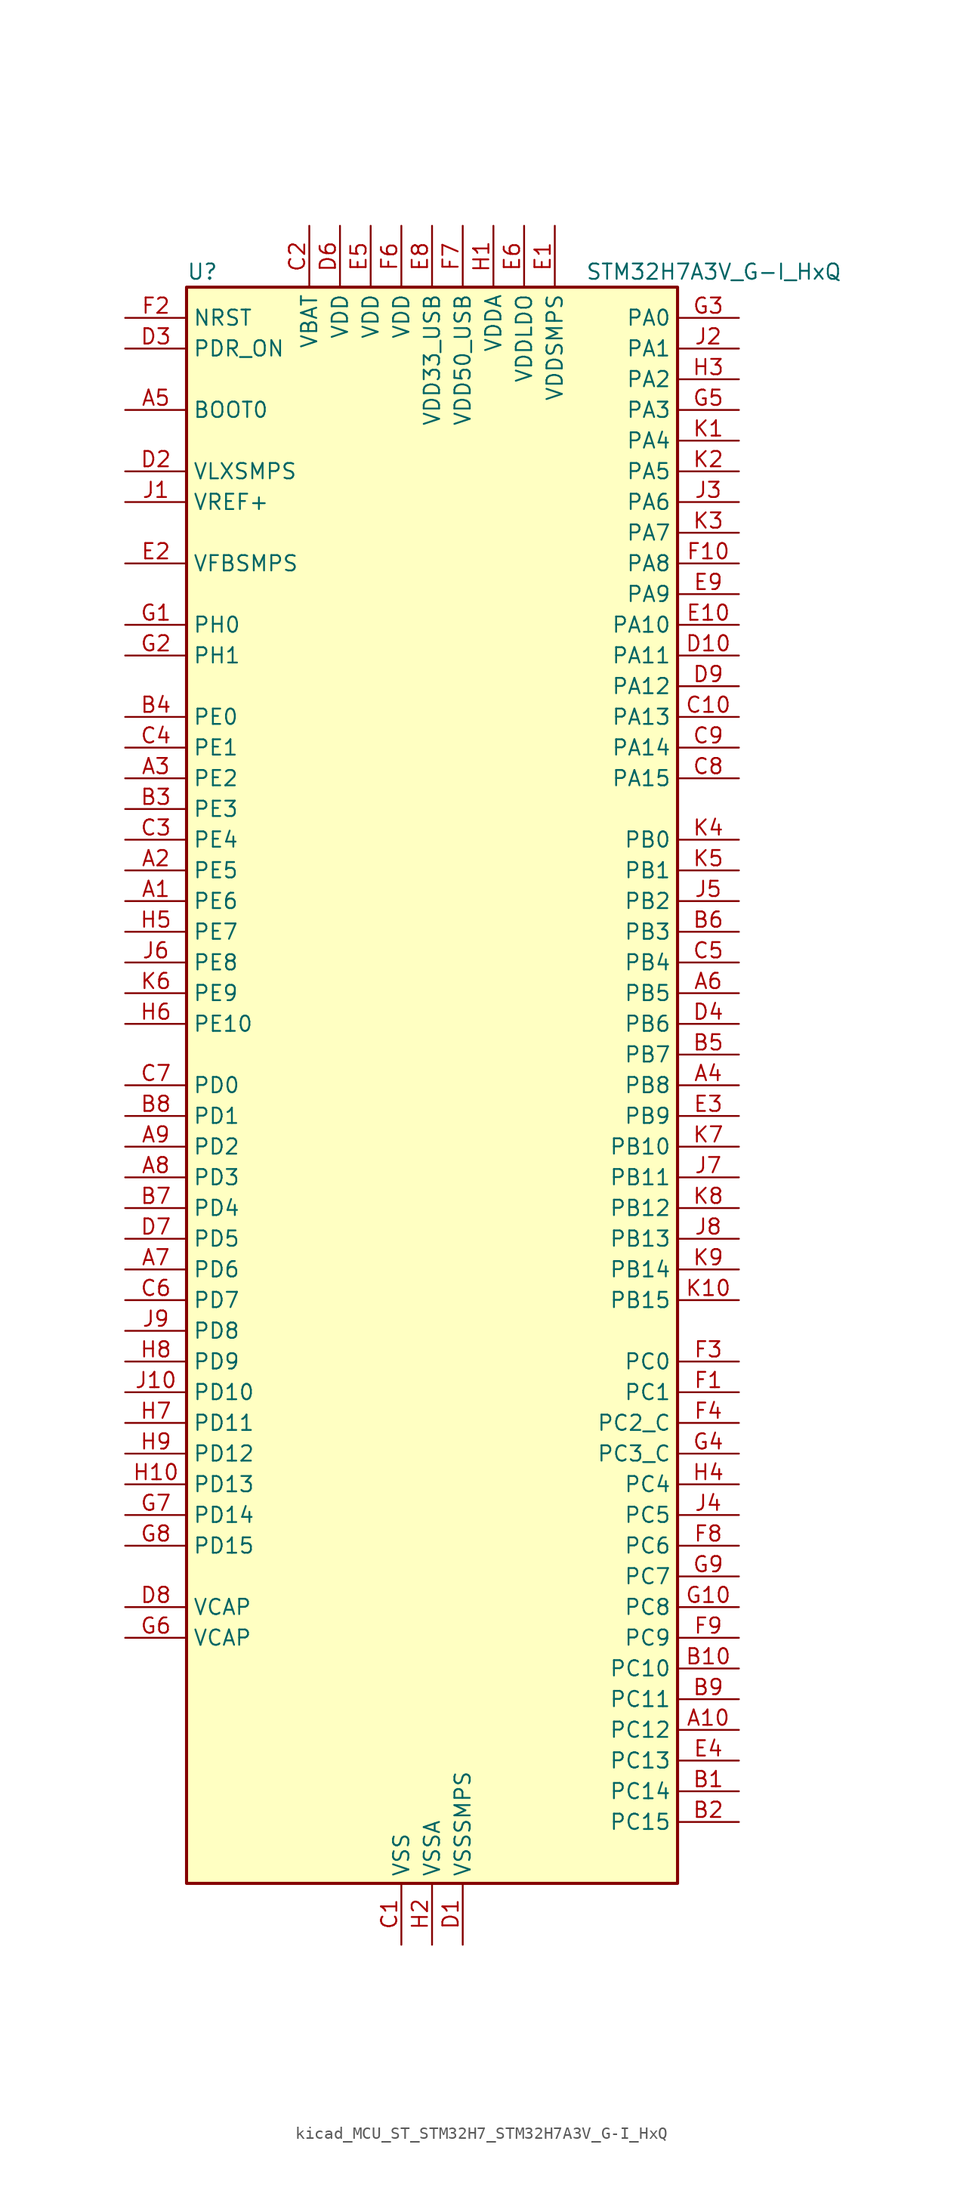
<source format=kicad_sym>
(kicad_symbol_lib
  (version 20220914)
  (generator kicad_symbol_editor)
  (symbol "kicad_MCU_ST_STM32H7_STM32H7A3V_G-I_HxQ"
    (property "Reference" "U"
      (at -20.32 67.31 0)
      (effects (font (size 1.27 1.27)) (justify left)))
    (property "Value" "STM32H7A3V_G-I_HxQ"
      (at 12.7 67.31 0)
      (effects (font (size 1.27 1.27)) (justify left)))
    (property "ki_locked" ""
      (at 0 0 0)
      (effects (font (size 1.27 1.27))))
    (symbol "kicad_MCU_ST_STM32H7_STM32H7A3V_G-I_HxQ_0_1"
      (rectangle (start -20.32 -66.04) (end 20.32 66.04) (stroke (width 0.254) (type default)) (fill (type background))))
    (symbol "kicad_MCU_ST_STM32H7_STM32H7A3V_G-I_HxQ_1_1"
      (pin bidirectional line (at -25.4 15.24 0) (length 5.08) (name "PE6" (effects (font (size 1.27 1.27)))) (number "A1" (effects (font (size 1.27 1.27)))) (alternate "DCMI_D7" bidirectional line) (alternate "DEBUG_TRACED3" bidirectional line) (alternate "FMC_A22" bidirectional line) (alternate "LTDC_G1" bidirectional line) (alternate "PSSI_D7" bidirectional line) (alternate "SAI1_D1" bidirectional line) (alternate "SAI1_SD_A" bidirectional line) (alternate "SAI2_MCLK_B" bidirectional line) (alternate "SPI4_MOSI" bidirectional line) (alternate "TIM15_CH2" bidirectional line) (alternate "TIM1_BKIN2" bidirectional line) (alternate "TIM1_BKIN2_COMP1" bidirectional line) (alternate "TIM1_BKIN2_COMP2" bidirectional line))
      (pin bidirectional line (at 25.4 -53.34 180) (length 5.08) (name "PC12" (effects (font (size 1.27 1.27)))) (number "A10" (effects (font (size 1.27 1.27)))) (alternate "DCMI_D9" bidirectional line) (alternate "DEBUG_TRACED3" bidirectional line) (alternate "DFSDM2_CKOUT" bidirectional line) (alternate "I2S3_SDO" bidirectional line) (alternate "I2S6_CK" bidirectional line) (alternate "LTDC_R6" bidirectional line) (alternate "PSSI_D9" bidirectional line) (alternate "SDMMC1_CK" bidirectional line) (alternate "SPI3_MOSI" bidirectional line) (alternate "SPI6_SCK" bidirectional line) (alternate "TIM15_CH1" bidirectional line) (alternate "UART5_TX" bidirectional line) (alternate "USART3_CK" bidirectional line))
      (pin bidirectional line (at -25.4 17.78 0) (length 5.08) (name "PE5" (effects (font (size 1.27 1.27)))) (number "A2" (effects (font (size 1.27 1.27)))) (alternate "DCMI_D6" bidirectional line) (alternate "DEBUG_TRACED2" bidirectional line) (alternate "DFSDM1_CKIN3" bidirectional line) (alternate "FMC_A21" bidirectional line) (alternate "LTDC_G0" bidirectional line) (alternate "PSSI_D6" bidirectional line) (alternate "SAI1_CK2" bidirectional line) (alternate "SAI1_SCK_A" bidirectional line) (alternate "SPI4_MISO" bidirectional line) (alternate "TIM15_CH1" bidirectional line))
      (pin bidirectional line (at -25.4 25.4 0) (length 5.08) (name "PE2" (effects (font (size 1.27 1.27)))) (number "A3" (effects (font (size 1.27 1.27)))) (alternate "DEBUG_TRACECLK" bidirectional line) (alternate "FMC_A23" bidirectional line) (alternate "OCTOSPIM_P1_IO2" bidirectional line) (alternate "SAI1_CK1" bidirectional line) (alternate "SAI1_MCLK_A" bidirectional line) (alternate "SPI4_SCK" bidirectional line) (alternate "USART10_RX" bidirectional line))
      (pin bidirectional line (at 25.4 0 180) (length 5.08) (name "PB8" (effects (font (size 1.27 1.27)))) (number "A4" (effects (font (size 1.27 1.27)))) (alternate "DCMI_D6" bidirectional line) (alternate "DFSDM1_CKIN7" bidirectional line) (alternate "FDCAN1_RX" bidirectional line) (alternate "I2C1_SCL" bidirectional line) (alternate "I2C4_SCL" bidirectional line) (alternate "LTDC_B6" bidirectional line) (alternate "PSSI_D6" bidirectional line) (alternate "SDMMC1_CKIN" bidirectional line) (alternate "SDMMC1_D4" bidirectional line) (alternate "SDMMC2_D4" bidirectional line) (alternate "TIM16_CH1" bidirectional line) (alternate "TIM4_CH3" bidirectional line) (alternate "UART4_RX" bidirectional line))
      (pin input line (at -25.4 55.88 0) (length 5.08) (name "BOOT0" (effects (font (size 1.27 1.27)))) (number "A5" (effects (font (size 1.27 1.27)))))
      (pin bidirectional line (at 25.4 7.62 180) (length 5.08) (name "PB5" (effects (font (size 1.27 1.27)))) (number "A6" (effects (font (size 1.27 1.27)))) (alternate "DCMI_D10" bidirectional line) (alternate "FDCAN2_RX" bidirectional line) (alternate "FMC_SDCKE1" bidirectional line) (alternate "I2C1_SMBA" bidirectional line) (alternate "I2C4_SMBA" bidirectional line) (alternate "I2S1_SDO" bidirectional line) (alternate "I2S3_SDO" bidirectional line) (alternate "I2S6_SDO" bidirectional line) (alternate "LTDC_B5" bidirectional line) (alternate "PSSI_D10" bidirectional line) (alternate "SPI1_MOSI" bidirectional line) (alternate "SPI3_MOSI" bidirectional line) (alternate "SPI6_MOSI" bidirectional line) (alternate "TIM17_BKIN" bidirectional line) (alternate "TIM3_CH2" bidirectional line) (alternate "UART5_RX" bidirectional line) (alternate "USB_OTG_HS_ULPI_D7" bidirectional line))
      (pin bidirectional line (at -25.4 -15.24 0) (length 5.08) (name "PD6" (effects (font (size 1.27 1.27)))) (number "A7" (effects (font (size 1.27 1.27)))) (alternate "DCMI_D10" bidirectional line) (alternate "DFSDM1_CKIN4" bidirectional line) (alternate "DFSDM1_DATIN1" bidirectional line) (alternate "FMC_NWAIT" bidirectional line) (alternate "I2S3_SDO" bidirectional line) (alternate "LTDC_B2" bidirectional line) (alternate "OCTOSPIM_P1_IO6" bidirectional line) (alternate "PSSI_D10" bidirectional line) (alternate "SAI1_D1" bidirectional line) (alternate "SAI1_SD_A" bidirectional line) (alternate "SDMMC2_CK" bidirectional line) (alternate "SPI3_MOSI" bidirectional line) (alternate "USART2_RX" bidirectional line))
      (pin bidirectional line (at -25.4 -7.62 0) (length 5.08) (name "PD3" (effects (font (size 1.27 1.27)))) (number "A8" (effects (font (size 1.27 1.27)))) (alternate "DCMI_D5" bidirectional line) (alternate "DFSDM1_CKOUT" bidirectional line) (alternate "FMC_CLK" bidirectional line) (alternate "I2S2_CK" bidirectional line) (alternate "LTDC_G7" bidirectional line) (alternate "PSSI_D5" bidirectional line) (alternate "SPI2_SCK" bidirectional line) (alternate "USART2_CTS" bidirectional line) (alternate "USART2_NSS" bidirectional line))
      (pin bidirectional line (at -25.4 -5.08 0) (length 5.08) (name "PD2" (effects (font (size 1.27 1.27)))) (number "A9" (effects (font (size 1.27 1.27)))) (alternate "DCMI_D11" bidirectional line) (alternate "DEBUG_TRACED2" bidirectional line) (alternate "LTDC_B2" bidirectional line) (alternate "LTDC_B7" bidirectional line) (alternate "PSSI_D11" bidirectional line) (alternate "SDMMC1_CMD" bidirectional line) (alternate "TIM15_BKIN" bidirectional line) (alternate "TIM3_ETR" bidirectional line) (alternate "UART5_RX" bidirectional line))
      (pin bidirectional line (at 25.4 -58.42 180) (length 5.08) (name "PC14" (effects (font (size 1.27 1.27)))) (number "B1" (effects (font (size 1.27 1.27)))) (alternate "RCC_OSC32_IN" bidirectional line))
      (pin bidirectional line (at 25.4 -48.26 180) (length 5.08) (name "PC10" (effects (font (size 1.27 1.27)))) (number "B10" (effects (font (size 1.27 1.27)))) (alternate "DCMI_D8" bidirectional line) (alternate "DFSDM1_CKIN5" bidirectional line) (alternate "DFSDM2_CKIN0" bidirectional line) (alternate "I2S3_CK" bidirectional line) (alternate "LTDC_B1" bidirectional line) (alternate "LTDC_R2" bidirectional line) (alternate "OCTOSPIM_P1_IO1" bidirectional line) (alternate "PSSI_D8" bidirectional line) (alternate "SDMMC1_D2" bidirectional line) (alternate "SPI3_SCK" bidirectional line) (alternate "SWPMI1_RX" bidirectional line) (alternate "UART4_TX" bidirectional line) (alternate "USART3_TX" bidirectional line))
      (pin bidirectional line (at 25.4 -60.96 180) (length 5.08) (name "PC15" (effects (font (size 1.27 1.27)))) (number "B2" (effects (font (size 1.27 1.27)))) (alternate "ADC1_EXTI15" bidirectional line) (alternate "ADC2_EXTI15" bidirectional line) (alternate "RCC_OSC32_OUT" bidirectional line))
      (pin bidirectional line (at -25.4 22.86 0) (length 5.08) (name "PE3" (effects (font (size 1.27 1.27)))) (number "B3" (effects (font (size 1.27 1.27)))) (alternate "DEBUG_TRACED0" bidirectional line) (alternate "FMC_A19" bidirectional line) (alternate "SAI1_SD_B" bidirectional line) (alternate "TIM15_BKIN" bidirectional line) (alternate "USART10_TX" bidirectional line))
      (pin bidirectional line (at -25.4 30.48 0) (length 5.08) (name "PE0" (effects (font (size 1.27 1.27)))) (number "B4" (effects (font (size 1.27 1.27)))) (alternate "DCMI_D2" bidirectional line) (alternate "FMC_NBL0" bidirectional line) (alternate "LPTIM1_ETR" bidirectional line) (alternate "LPTIM2_ETR" bidirectional line) (alternate "LTDC_R0" bidirectional line) (alternate "PSSI_D2" bidirectional line) (alternate "SAI2_MCLK_A" bidirectional line) (alternate "TIM4_ETR" bidirectional line) (alternate "UART8_RX" bidirectional line))
      (pin bidirectional line (at 25.4 2.54 180) (length 5.08) (name "PB7" (effects (font (size 1.27 1.27)))) (number "B5" (effects (font (size 1.27 1.27)))) (alternate "DCMI_VSYNC" bidirectional line) (alternate "DFSDM1_CKIN5" bidirectional line) (alternate "FMC_NL" bidirectional line) (alternate "I2C1_SDA" bidirectional line) (alternate "I2C4_SDA" bidirectional line) (alternate "LPUART1_RX" bidirectional line) (alternate "PSSI_RDY" bidirectional line) (alternate "PWR_PVD_IN" bidirectional line) (alternate "TIM17_CH1N" bidirectional line) (alternate "TIM4_CH2" bidirectional line) (alternate "USART1_RX" bidirectional line))
      (pin bidirectional line (at 25.4 12.7 180) (length 5.08) (name "PB3" (effects (font (size 1.27 1.27)))) (number "B6" (effects (font (size 1.27 1.27)))) (alternate "CRS_SYNC" bidirectional line) (alternate "DEBUG_JTDO-SWO" bidirectional line) (alternate "I2S1_CK" bidirectional line) (alternate "I2S3_CK" bidirectional line) (alternate "I2S6_CK" bidirectional line) (alternate "SDMMC2_D2" bidirectional line) (alternate "SPI1_SCK" bidirectional line) (alternate "SPI3_SCK" bidirectional line) (alternate "SPI6_SCK" bidirectional line) (alternate "TIM2_CH2" bidirectional line) (alternate "UART7_RX" bidirectional line))
      (pin bidirectional line (at -25.4 -10.16 0) (length 5.08) (name "PD4" (effects (font (size 1.27 1.27)))) (number "B7" (effects (font (size 1.27 1.27)))) (alternate "FMC_NOE" bidirectional line) (alternate "OCTOSPIM_P1_IO4" bidirectional line) (alternate "USART2_DE" bidirectional line) (alternate "USART2_RTS" bidirectional line))
      (pin bidirectional line (at -25.4 -2.54 0) (length 5.08) (name "PD1" (effects (font (size 1.27 1.27)))) (number "B8" (effects (font (size 1.27 1.27)))) (alternate "DFSDM1_DATIN6" bidirectional line) (alternate "FDCAN1_TX" bidirectional line) (alternate "FMC_D3" bidirectional line) (alternate "FMC_DA3" bidirectional line) (alternate "UART4_TX" bidirectional line))
      (pin bidirectional line (at 25.4 -50.8 180) (length 5.08) (name "PC11" (effects (font (size 1.27 1.27)))) (number "B9" (effects (font (size 1.27 1.27)))) (alternate "ADC1_EXTI11" bidirectional line) (alternate "ADC2_EXTI11" bidirectional line) (alternate "DCMI_D4" bidirectional line) (alternate "DFSDM1_DATIN5" bidirectional line) (alternate "DFSDM2_DATIN0" bidirectional line) (alternate "I2S3_SDI" bidirectional line) (alternate "LTDC_B4" bidirectional line) (alternate "OCTOSPIM_P1_NCS" bidirectional line) (alternate "PSSI_D4" bidirectional line) (alternate "SDMMC1_D3" bidirectional line) (alternate "SPI3_MISO" bidirectional line) (alternate "UART4_RX" bidirectional line) (alternate "USART3_RX" bidirectional line))
      (pin power_in line (at -2.54 -71.12 90) (length 5.08) (name "VSS" (effects (font (size 1.27 1.27)))) (number "C1" (effects (font (size 1.27 1.27)))))
      (pin bidirectional line (at 25.4 30.48 180) (length 5.08) (name "PA13" (effects (font (size 1.27 1.27)))) (number "C10" (effects (font (size 1.27 1.27)))) (alternate "DEBUG_JTMS-SWDIO" bidirectional line))
      (pin power_in line (at -10.16 71.12 270) (length 5.08) (name "VBAT" (effects (font (size 1.27 1.27)))) (number "C2" (effects (font (size 1.27 1.27)))))
      (pin bidirectional line (at -25.4 20.32 0) (length 5.08) (name "PE4" (effects (font (size 1.27 1.27)))) (number "C3" (effects (font (size 1.27 1.27)))) (alternate "DCMI_D4" bidirectional line) (alternate "DEBUG_TRACED1" bidirectional line) (alternate "DFSDM1_DATIN3" bidirectional line) (alternate "FMC_A20" bidirectional line) (alternate "LTDC_B0" bidirectional line) (alternate "PSSI_D4" bidirectional line) (alternate "SAI1_D2" bidirectional line) (alternate "SAI1_FS_A" bidirectional line) (alternate "SPI4_NSS" bidirectional line) (alternate "TIM15_CH1N" bidirectional line))
      (pin bidirectional line (at -25.4 27.94 0) (length 5.08) (name "PE1" (effects (font (size 1.27 1.27)))) (number "C4" (effects (font (size 1.27 1.27)))) (alternate "DCMI_D3" bidirectional line) (alternate "FMC_NBL1" bidirectional line) (alternate "LPTIM1_IN2" bidirectional line) (alternate "LTDC_R6" bidirectional line) (alternate "PSSI_D3" bidirectional line) (alternate "UART8_TX" bidirectional line))
      (pin bidirectional line (at 25.4 10.16 180) (length 5.08) (name "PB4" (effects (font (size 1.27 1.27)))) (number "C5" (effects (font (size 1.27 1.27)))) (alternate "DEBUG_JTRST" bidirectional line) (alternate "I2S1_SDI" bidirectional line) (alternate "I2S2_WS" bidirectional line) (alternate "I2S3_SDI" bidirectional line) (alternate "I2S6_SDI" bidirectional line) (alternate "SDMMC2_D3" bidirectional line) (alternate "SPI1_MISO" bidirectional line) (alternate "SPI2_NSS" bidirectional line) (alternate "SPI3_MISO" bidirectional line) (alternate "SPI6_MISO" bidirectional line) (alternate "TIM16_BKIN" bidirectional line) (alternate "TIM3_CH1" bidirectional line) (alternate "UART7_TX" bidirectional line))
      (pin bidirectional line (at -25.4 -17.78 0) (length 5.08) (name "PD7" (effects (font (size 1.27 1.27)))) (number "C6" (effects (font (size 1.27 1.27)))) (alternate "DFSDM1_CKIN1" bidirectional line) (alternate "DFSDM1_DATIN4" bidirectional line) (alternate "FMC_NE1" bidirectional line) (alternate "I2S1_SDO" bidirectional line) (alternate "OCTOSPIM_P1_IO7" bidirectional line) (alternate "SDMMC2_CMD" bidirectional line) (alternate "SPDIFRX_IN0" bidirectional line) (alternate "SPI1_MOSI" bidirectional line) (alternate "USART2_CK" bidirectional line))
      (pin bidirectional line (at -25.4 0 0) (length 5.08) (name "PD0" (effects (font (size 1.27 1.27)))) (number "C7" (effects (font (size 1.27 1.27)))) (alternate "DFSDM1_CKIN6" bidirectional line) (alternate "FDCAN1_RX" bidirectional line) (alternate "FMC_D2" bidirectional line) (alternate "FMC_DA2" bidirectional line) (alternate "LTDC_B1" bidirectional line) (alternate "UART4_RX" bidirectional line) (alternate "UART9_CTS" bidirectional line))
      (pin bidirectional line (at 25.4 25.4 180) (length 5.08) (name "PA15" (effects (font (size 1.27 1.27)))) (number "C8" (effects (font (size 1.27 1.27)))) (alternate "ADC1_EXTI15" bidirectional line) (alternate "ADC2_EXTI15" bidirectional line) (alternate "CEC" bidirectional line) (alternate "DEBUG_JTDI" bidirectional line) (alternate "I2S1_WS" bidirectional line) (alternate "I2S3_WS" bidirectional line) (alternate "I2S6_WS" bidirectional line) (alternate "LTDC_B6" bidirectional line) (alternate "LTDC_R3" bidirectional line) (alternate "SPI1_NSS" bidirectional line) (alternate "SPI3_NSS" bidirectional line) (alternate "SPI6_NSS" bidirectional line) (alternate "TIM2_CH1" bidirectional line) (alternate "TIM2_ETR" bidirectional line) (alternate "UART4_DE" bidirectional line) (alternate "UART4_RTS" bidirectional line) (alternate "UART7_TX" bidirectional line))
      (pin bidirectional line (at 25.4 27.94 180) (length 5.08) (name "PA14" (effects (font (size 1.27 1.27)))) (number "C9" (effects (font (size 1.27 1.27)))) (alternate "DEBUG_JTCK-SWCLK" bidirectional line))
      (pin power_in line (at 2.54 -71.12 90) (length 5.08) (name "VSSSMPS" (effects (font (size 1.27 1.27)))) (number "D1" (effects (font (size 1.27 1.27)))))
      (pin bidirectional line (at 25.4 35.56 180) (length 5.08) (name "PA11" (effects (font (size 1.27 1.27)))) (number "D10" (effects (font (size 1.27 1.27)))) (alternate "ADC1_EXTI11" bidirectional line) (alternate "ADC2_EXTI11" bidirectional line) (alternate "FDCAN1_RX" bidirectional line) (alternate "I2S2_WS" bidirectional line) (alternate "LPUART1_CTS" bidirectional line) (alternate "LTDC_R4" bidirectional line) (alternate "SPI2_NSS" bidirectional line) (alternate "TIM1_CH4" bidirectional line) (alternate "UART4_RX" bidirectional line) (alternate "USART1_CTS" bidirectional line) (alternate "USART1_NSS" bidirectional line) (alternate "USB_OTG_HS_DM" bidirectional line))
      (pin power_in line (at -25.4 50.8 0) (length 5.08) (name "VLXSMPS" (effects (font (size 1.27 1.27)))) (number "D2" (effects (font (size 1.27 1.27)))))
      (pin input line (at -25.4 60.96 0) (length 5.08) (name "PDR_ON" (effects (font (size 1.27 1.27)))) (number "D3" (effects (font (size 1.27 1.27)))))
      (pin bidirectional line (at 25.4 5.08 180) (length 5.08) (name "PB6" (effects (font (size 1.27 1.27)))) (number "D4" (effects (font (size 1.27 1.27)))) (alternate "CEC" bidirectional line) (alternate "DCMI_D5" bidirectional line) (alternate "DFSDM1_DATIN5" bidirectional line) (alternate "FDCAN2_TX" bidirectional line) (alternate "FMC_SDNE1" bidirectional line) (alternate "I2C1_SCL" bidirectional line) (alternate "I2C4_SCL" bidirectional line) (alternate "LPUART1_TX" bidirectional line) (alternate "OCTOSPIM_P1_NCS" bidirectional line) (alternate "PSSI_D5" bidirectional line) (alternate "TIM16_CH1N" bidirectional line) (alternate "TIM4_CH1" bidirectional line) (alternate "UART5_TX" bidirectional line) (alternate "USART1_TX" bidirectional line))
      (pin passive line (at -2.54 -71.12 90) (length 5.08) hide (name "VSS" (effects (font (size 1.27 1.27)))) (number "D5" (effects (font (size 1.27 1.27)))))
      (pin power_in line (at -7.62 71.12 270) (length 5.08) (name "VDD" (effects (font (size 1.27 1.27)))) (number "D6" (effects (font (size 1.27 1.27)))))
      (pin bidirectional line (at -25.4 -12.7 0) (length 5.08) (name "PD5" (effects (font (size 1.27 1.27)))) (number "D7" (effects (font (size 1.27 1.27)))) (alternate "FMC_NWE" bidirectional line) (alternate "OCTOSPIM_P1_IO5" bidirectional line) (alternate "USART2_TX" bidirectional line))
      (pin power_out line (at -25.4 -43.18 0) (length 5.08) (name "VCAP" (effects (font (size 1.27 1.27)))) (number "D8" (effects (font (size 1.27 1.27)))))
      (pin bidirectional line (at 25.4 33.02 180) (length 5.08) (name "PA12" (effects (font (size 1.27 1.27)))) (number "D9" (effects (font (size 1.27 1.27)))) (alternate "FDCAN1_TX" bidirectional line) (alternate "I2S2_CK" bidirectional line) (alternate "LPUART1_DE" bidirectional line) (alternate "LPUART1_RTS" bidirectional line) (alternate "LTDC_R5" bidirectional line) (alternate "SAI2_FS_B" bidirectional line) (alternate "SPI2_SCK" bidirectional line) (alternate "TIM1_ETR" bidirectional line) (alternate "UART4_TX" bidirectional line) (alternate "USART1_DE" bidirectional line) (alternate "USART1_RTS" bidirectional line) (alternate "USB_OTG_HS_DP" bidirectional line))
      (pin power_in line (at 10.16 71.12 270) (length 5.08) (name "VDDSMPS" (effects (font (size 1.27 1.27)))) (number "E1" (effects (font (size 1.27 1.27)))))
      (pin bidirectional line (at 25.4 38.1 180) (length 5.08) (name "PA10" (effects (font (size 1.27 1.27)))) (number "E10" (effects (font (size 1.27 1.27)))) (alternate "DCMI_D1" bidirectional line) (alternate "LPUART1_RX" bidirectional line) (alternate "LTDC_B1" bidirectional line) (alternate "LTDC_B4" bidirectional line) (alternate "MDIOS_MDIO" bidirectional line) (alternate "PSSI_D1" bidirectional line) (alternate "TIM1_CH3" bidirectional line) (alternate "USART1_RX" bidirectional line) (alternate "USB_OTG_HS_ID" bidirectional line))
      (pin input line (at -25.4 43.18 0) (length 5.08) (name "VFBSMPS" (effects (font (size 1.27 1.27)))) (number "E2" (effects (font (size 1.27 1.27)))))
      (pin bidirectional line (at 25.4 -2.54 180) (length 5.08) (name "PB9" (effects (font (size 1.27 1.27)))) (number "E3" (effects (font (size 1.27 1.27)))) (alternate "DAC1_EXTI9" bidirectional line) (alternate "DCMI_D7" bidirectional line) (alternate "DFSDM1_DATIN7" bidirectional line) (alternate "FDCAN1_TX" bidirectional line) (alternate "I2C1_SDA" bidirectional line) (alternate "I2C4_SDA" bidirectional line) (alternate "I2C4_SMBA" bidirectional line) (alternate "I2S2_WS" bidirectional line) (alternate "LTDC_B7" bidirectional line) (alternate "PSSI_D7" bidirectional line) (alternate "SDMMC1_CDIR" bidirectional line) (alternate "SDMMC1_D5" bidirectional line) (alternate "SDMMC2_D5" bidirectional line) (alternate "SPI2_NSS" bidirectional line) (alternate "TIM17_CH1" bidirectional line) (alternate "TIM4_CH4" bidirectional line) (alternate "UART4_TX" bidirectional line))
      (pin bidirectional line (at 25.4 -55.88 180) (length 5.08) (name "PC13" (effects (font (size 1.27 1.27)))) (number "E4" (effects (font (size 1.27 1.27)))) (alternate "PWR_WKUP4" bidirectional line) (alternate "RTC_OUT_ALARM" bidirectional line) (alternate "RTC_OUT_CALIB" bidirectional line) (alternate "RTC_TAMP1" bidirectional line) (alternate "RTC_TS" bidirectional line))
      (pin power_in line (at -5.08 71.12 270) (length 5.08) (name "VDD" (effects (font (size 1.27 1.27)))) (number "E5" (effects (font (size 1.27 1.27)))))
      (pin power_in line (at 7.62 71.12 270) (length 5.08) (name "VDDLDO" (effects (font (size 1.27 1.27)))) (number "E6" (effects (font (size 1.27 1.27)))))
      (pin passive line (at -2.54 -71.12 90) (length 5.08) hide (name "VSS" (effects (font (size 1.27 1.27)))) (number "E7" (effects (font (size 1.27 1.27)))))
      (pin power_in line (at 0 71.12 270) (length 5.08) (name "VDD33_USB" (effects (font (size 1.27 1.27)))) (number "E8" (effects (font (size 1.27 1.27)))))
      (pin bidirectional line (at 25.4 40.64 180) (length 5.08) (name "PA9" (effects (font (size 1.27 1.27)))) (number "E9" (effects (font (size 1.27 1.27)))) (alternate "DAC1_EXTI9" bidirectional line) (alternate "DCMI_D0" bidirectional line) (alternate "I2C3_SMBA" bidirectional line) (alternate "I2S2_CK" bidirectional line) (alternate "LPUART1_TX" bidirectional line) (alternate "LTDC_R5" bidirectional line) (alternate "PSSI_D0" bidirectional line) (alternate "SPI2_SCK" bidirectional line) (alternate "TIM1_CH2" bidirectional line) (alternate "USART1_TX" bidirectional line) (alternate "USB_OTG_HS_VBUS" bidirectional line))
      (pin bidirectional line (at 25.4 -25.4 180) (length 5.08) (name "PC1" (effects (font (size 1.27 1.27)))) (number "F1" (effects (font (size 1.27 1.27)))) (alternate "ADC1_INN10" bidirectional line) (alternate "ADC1_INP11" bidirectional line) (alternate "ADC2_INN10" bidirectional line) (alternate "ADC2_INP11" bidirectional line) (alternate "DEBUG_TRACED0" bidirectional line) (alternate "DFSDM1_CKIN4" bidirectional line) (alternate "DFSDM1_DATIN0" bidirectional line) (alternate "I2S2_SDO" bidirectional line) (alternate "LTDC_G5" bidirectional line) (alternate "MDIOS_MDC" bidirectional line) (alternate "OCTOSPIM_P1_IO4" bidirectional line) (alternate "PWR_WKUP6" bidirectional line) (alternate "RTC_TAMP3" bidirectional line) (alternate "SAI1_D1" bidirectional line) (alternate "SAI1_SD_A" bidirectional line) (alternate "SDMMC2_CK" bidirectional line) (alternate "SPI2_MOSI" bidirectional line))
      (pin bidirectional line (at 25.4 43.18 180) (length 5.08) (name "PA8" (effects (font (size 1.27 1.27)))) (number "F10" (effects (font (size 1.27 1.27)))) (alternate "I2C3_SCL" bidirectional line) (alternate "LTDC_B3" bidirectional line) (alternate "LTDC_R6" bidirectional line) (alternate "RCC_MCO_1" bidirectional line) (alternate "TIM1_CH1" bidirectional line) (alternate "TIM8_BKIN2" bidirectional line) (alternate "TIM8_BKIN2_COMP1" bidirectional line) (alternate "TIM8_BKIN2_COMP2" bidirectional line) (alternate "UART7_RX" bidirectional line) (alternate "USART1_CK" bidirectional line) (alternate "USB_OTG_HS_SOF" bidirectional line))
      (pin input line (at -25.4 63.5 0) (length 5.08) (name "NRST" (effects (font (size 1.27 1.27)))) (number "F2" (effects (font (size 1.27 1.27)))))
      (pin bidirectional line (at 25.4 -22.86 180) (length 5.08) (name "PC0" (effects (font (size 1.27 1.27)))) (number "F3" (effects (font (size 1.27 1.27)))) (alternate "ADC1_INP10" bidirectional line) (alternate "ADC2_INP10" bidirectional line) (alternate "DFSDM1_CKIN0" bidirectional line) (alternate "DFSDM1_DATIN4" bidirectional line) (alternate "FMC_A25" bidirectional line) (alternate "FMC_SDNWE" bidirectional line) (alternate "LTDC_G2" bidirectional line) (alternate "LTDC_R5" bidirectional line) (alternate "SAI2_FS_B" bidirectional line) (alternate "USB_OTG_HS_ULPI_STP" bidirectional line))
      (pin bidirectional line (at 25.4 -27.94 180) (length 5.08) (name "PC2_C" (effects (font (size 1.27 1.27)))) (number "F4" (effects (font (size 1.27 1.27)))) (alternate "ADC2_INN1" bidirectional line) (alternate "ADC2_INP0" bidirectional line) (alternate "DFSDM1_CKIN1" bidirectional line) (alternate "DFSDM1_CKOUT" bidirectional line) (alternate "FMC_SDNE0" bidirectional line) (alternate "I2S2_SDI" bidirectional line) (alternate "OCTOSPIM_P1_IO2" bidirectional line) (alternate "OCTOSPIM_P1_IO5" bidirectional line) (alternate "PWR_CSTOP" bidirectional line) (alternate "SPI2_MISO" bidirectional line) (alternate "USB_OTG_HS_ULPI_DIR" bidirectional line))
      (pin passive line (at -2.54 -71.12 90) (length 5.08) hide (name "VSS" (effects (font (size 1.27 1.27)))) (number "F5" (effects (font (size 1.27 1.27)))))
      (pin power_in line (at -2.54 71.12 270) (length 5.08) (name "VDD" (effects (font (size 1.27 1.27)))) (number "F6" (effects (font (size 1.27 1.27)))))
      (pin power_in line (at 2.54 71.12 270) (length 5.08) (name "VDD50_USB" (effects (font (size 1.27 1.27)))) (number "F7" (effects (font (size 1.27 1.27)))))
      (pin bidirectional line (at 25.4 -38.1 180) (length 5.08) (name "PC6" (effects (font (size 1.27 1.27)))) (number "F8" (effects (font (size 1.27 1.27)))) (alternate "DCMI_D0" bidirectional line) (alternate "DFSDM1_CKIN3" bidirectional line) (alternate "FMC_NWAIT" bidirectional line) (alternate "I2S2_MCK" bidirectional line) (alternate "LTDC_HSYNC" bidirectional line) (alternate "PSSI_D0" bidirectional line) (alternate "SDMMC1_D0DIR" bidirectional line) (alternate "SDMMC1_D6" bidirectional line) (alternate "SDMMC2_D6" bidirectional line) (alternate "SWPMI1_IO" bidirectional line) (alternate "TIM3_CH1" bidirectional line) (alternate "TIM8_CH1" bidirectional line) (alternate "USART6_TX" bidirectional line))
      (pin bidirectional line (at 25.4 -45.72 180) (length 5.08) (name "PC9" (effects (font (size 1.27 1.27)))) (number "F9" (effects (font (size 1.27 1.27)))) (alternate "DAC1_EXTI9" bidirectional line) (alternate "DCMI_D3" bidirectional line) (alternate "I2C3_SDA" bidirectional line) (alternate "I2S_CKIN" bidirectional line) (alternate "LTDC_B2" bidirectional line) (alternate "LTDC_G3" bidirectional line) (alternate "OCTOSPIM_P1_IO0" bidirectional line) (alternate "PSSI_D3" bidirectional line) (alternate "RCC_MCO_2" bidirectional line) (alternate "SDMMC1_D1" bidirectional line) (alternate "SWPMI1_SUSPEND" bidirectional line) (alternate "TIM3_CH4" bidirectional line) (alternate "TIM8_CH4" bidirectional line) (alternate "UART5_CTS" bidirectional line))
      (pin bidirectional line (at -25.4 38.1 0) (length 5.08) (name "PH0" (effects (font (size 1.27 1.27)))) (number "G1" (effects (font (size 1.27 1.27)))) (alternate "RCC_OSC_IN" bidirectional line))
      (pin bidirectional line (at 25.4 -43.18 180) (length 5.08) (name "PC8" (effects (font (size 1.27 1.27)))) (number "G10" (effects (font (size 1.27 1.27)))) (alternate "DCMI_D2" bidirectional line) (alternate "DEBUG_TRACED1" bidirectional line) (alternate "FMC_INT" bidirectional line) (alternate "FMC_NCE" bidirectional line) (alternate "FMC_NE2" bidirectional line) (alternate "PSSI_D2" bidirectional line) (alternate "SDMMC1_D0" bidirectional line) (alternate "SWPMI1_RX" bidirectional line) (alternate "TIM3_CH3" bidirectional line) (alternate "TIM8_CH3" bidirectional line) (alternate "UART5_DE" bidirectional line) (alternate "UART5_RTS" bidirectional line) (alternate "USART6_CK" bidirectional line))
      (pin bidirectional line (at -25.4 35.56 0) (length 5.08) (name "PH1" (effects (font (size 1.27 1.27)))) (number "G2" (effects (font (size 1.27 1.27)))) (alternate "RCC_OSC_OUT" bidirectional line))
      (pin bidirectional line (at 25.4 63.5 180) (length 5.08) (name "PA0" (effects (font (size 1.27 1.27)))) (number "G3" (effects (font (size 1.27 1.27)))) (alternate "ADC1_INP16" bidirectional line) (alternate "I2S6_WS" bidirectional line) (alternate "PWR_WKUP1" bidirectional line) (alternate "SAI2_SD_B" bidirectional line) (alternate "SDMMC2_CMD" bidirectional line) (alternate "SPI6_NSS" bidirectional line) (alternate "TIM15_BKIN" bidirectional line) (alternate "TIM2_CH1" bidirectional line) (alternate "TIM2_ETR" bidirectional line) (alternate "TIM5_CH1" bidirectional line) (alternate "TIM8_ETR" bidirectional line) (alternate "UART4_TX" bidirectional line) (alternate "USART2_CTS" bidirectional line) (alternate "USART2_NSS" bidirectional line))
      (pin bidirectional line (at 25.4 -30.48 180) (length 5.08) (name "PC3_C" (effects (font (size 1.27 1.27)))) (number "G4" (effects (font (size 1.27 1.27)))) (alternate "ADC2_INP1" bidirectional line) (alternate "DFSDM1_DATIN1" bidirectional line) (alternate "FMC_SDCKE0" bidirectional line) (alternate "I2S2_SDO" bidirectional line) (alternate "OCTOSPIM_P1_IO0" bidirectional line) (alternate "OCTOSPIM_P1_IO6" bidirectional line) (alternate "PWR_CSLEEP" bidirectional line) (alternate "SPI2_MOSI" bidirectional line) (alternate "USB_OTG_HS_ULPI_NXT" bidirectional line))
      (pin bidirectional line (at 25.4 55.88 180) (length 5.08) (name "PA3" (effects (font (size 1.27 1.27)))) (number "G5" (effects (font (size 1.27 1.27)))) (alternate "ADC1_INP15" bidirectional line) (alternate "I2S6_MCK" bidirectional line) (alternate "LTDC_B2" bidirectional line) (alternate "LTDC_B5" bidirectional line) (alternate "OCTOSPIM_P1_CLK" bidirectional line) (alternate "TIM15_CH2" bidirectional line) (alternate "TIM2_CH4" bidirectional line) (alternate "TIM5_CH4" bidirectional line) (alternate "USART2_RX" bidirectional line) (alternate "USB_OTG_HS_ULPI_D0" bidirectional line))
      (pin power_out line (at -25.4 -45.72 0) (length 5.08) (name "VCAP" (effects (font (size 1.27 1.27)))) (number "G6" (effects (font (size 1.27 1.27)))))
      (pin bidirectional line (at -25.4 -35.56 0) (length 5.08) (name "PD14" (effects (font (size 1.27 1.27)))) (number "G7" (effects (font (size 1.27 1.27)))) (alternate "FMC_D0" bidirectional line) (alternate "FMC_DA0" bidirectional line) (alternate "TIM4_CH3" bidirectional line) (alternate "UART8_CTS" bidirectional line) (alternate "UART9_RX" bidirectional line))
      (pin bidirectional line (at -25.4 -38.1 0) (length 5.08) (name "PD15" (effects (font (size 1.27 1.27)))) (number "G8" (effects (font (size 1.27 1.27)))) (alternate "ADC1_EXTI15" bidirectional line) (alternate "ADC2_EXTI15" bidirectional line) (alternate "FMC_D1" bidirectional line) (alternate "FMC_DA1" bidirectional line) (alternate "TIM4_CH4" bidirectional line) (alternate "UART8_DE" bidirectional line) (alternate "UART8_RTS" bidirectional line) (alternate "UART9_TX" bidirectional line))
      (pin bidirectional line (at 25.4 -40.64 180) (length 5.08) (name "PC7" (effects (font (size 1.27 1.27)))) (number "G9" (effects (font (size 1.27 1.27)))) (alternate "DCMI_D1" bidirectional line) (alternate "DEBUG_TRGIO" bidirectional line) (alternate "DFSDM1_DATIN3" bidirectional line) (alternate "FMC_NE1" bidirectional line) (alternate "I2S3_MCK" bidirectional line) (alternate "LTDC_G6" bidirectional line) (alternate "PSSI_D1" bidirectional line) (alternate "SDMMC1_D123DIR" bidirectional line) (alternate "SDMMC1_D7" bidirectional line) (alternate "SDMMC2_D7" bidirectional line) (alternate "SWPMI1_TX" bidirectional line) (alternate "TIM3_CH2" bidirectional line) (alternate "TIM8_CH2" bidirectional line) (alternate "USART6_RX" bidirectional line))
      (pin power_in line (at 5.08 71.12 270) (length 5.08) (name "VDDA" (effects (font (size 1.27 1.27)))) (number "H1" (effects (font (size 1.27 1.27)))))
      (pin bidirectional line (at -25.4 -33.02 0) (length 5.08) (name "PD13" (effects (font (size 1.27 1.27)))) (number "H10" (effects (font (size 1.27 1.27)))) (alternate "DCMI_D13" bidirectional line) (alternate "FMC_A18" bidirectional line) (alternate "I2C4_SDA" bidirectional line) (alternate "LPTIM1_OUT" bidirectional line) (alternate "OCTOSPIM_P1_IO3" bidirectional line) (alternate "PSSI_D13" bidirectional line) (alternate "SAI2_SCK_A" bidirectional line) (alternate "TIM4_CH2" bidirectional line) (alternate "UART9_DE" bidirectional line) (alternate "UART9_RTS" bidirectional line))
      (pin power_in line (at 0 -71.12 90) (length 5.08) (name "VSSA" (effects (font (size 1.27 1.27)))) (number "H2" (effects (font (size 1.27 1.27)))))
      (pin bidirectional line (at 25.4 58.42 180) (length 5.08) (name "PA2" (effects (font (size 1.27 1.27)))) (number "H3" (effects (font (size 1.27 1.27)))) (alternate "ADC1_INP14" bidirectional line) (alternate "DFSDM2_CKIN1" bidirectional line) (alternate "LTDC_R1" bidirectional line) (alternate "MDIOS_MDIO" bidirectional line) (alternate "PWR_WKUP2" bidirectional line) (alternate "SAI2_SCK_B" bidirectional line) (alternate "TIM15_CH1" bidirectional line) (alternate "TIM2_CH3" bidirectional line) (alternate "TIM5_CH3" bidirectional line) (alternate "USART2_TX" bidirectional line))
      (pin bidirectional line (at 25.4 -33.02 180) (length 5.08) (name "PC4" (effects (font (size 1.27 1.27)))) (number "H4" (effects (font (size 1.27 1.27)))) (alternate "ADC1_INP4" bidirectional line) (alternate "ADC2_INP4" bidirectional line) (alternate "COMP1_INM" bidirectional line) (alternate "DFSDM1_CKIN2" bidirectional line) (alternate "FMC_SDNE0" bidirectional line) (alternate "I2S1_MCK" bidirectional line) (alternate "LTDC_R7" bidirectional line) (alternate "OPAMP1_VOUT" bidirectional line) (alternate "SPDIFRX_IN2" bidirectional line))
      (pin bidirectional line (at -25.4 12.7 0) (length 5.08) (name "PE7" (effects (font (size 1.27 1.27)))) (number "H5" (effects (font (size 1.27 1.27)))) (alternate "COMP2_INM" bidirectional line) (alternate "DFSDM1_DATIN2" bidirectional line) (alternate "FMC_D4" bidirectional line) (alternate "FMC_DA4" bidirectional line) (alternate "OCTOSPIM_P1_IO4" bidirectional line) (alternate "OPAMP2_VOUT" bidirectional line) (alternate "TIM1_ETR" bidirectional line) (alternate "UART7_RX" bidirectional line))
      (pin bidirectional line (at -25.4 5.08 0) (length 5.08) (name "PE10" (effects (font (size 1.27 1.27)))) (number "H6" (effects (font (size 1.27 1.27)))) (alternate "COMP2_INM" bidirectional line) (alternate "DFSDM1_DATIN4" bidirectional line) (alternate "FMC_D7" bidirectional line) (alternate "FMC_DA7" bidirectional line) (alternate "OCTOSPIM_P1_IO7" bidirectional line) (alternate "TIM1_CH2N" bidirectional line) (alternate "UART7_CTS" bidirectional line))
      (pin bidirectional line (at -25.4 -27.94 0) (length 5.08) (name "PD11" (effects (font (size 1.27 1.27)))) (number "H7" (effects (font (size 1.27 1.27)))) (alternate "ADC1_EXTI11" bidirectional line) (alternate "ADC2_EXTI11" bidirectional line) (alternate "FMC_A16" bidirectional line) (alternate "FMC_CLE" bidirectional line) (alternate "I2C4_SMBA" bidirectional line) (alternate "LPTIM2_IN2" bidirectional line) (alternate "OCTOSPIM_P1_IO0" bidirectional line) (alternate "SAI2_SD_A" bidirectional line) (alternate "USART3_CTS" bidirectional line) (alternate "USART3_NSS" bidirectional line))
      (pin bidirectional line (at -25.4 -22.86 0) (length 5.08) (name "PD9" (effects (font (size 1.27 1.27)))) (number "H8" (effects (font (size 1.27 1.27)))) (alternate "DAC1_EXTI9" bidirectional line) (alternate "DFSDM1_DATIN3" bidirectional line) (alternate "FMC_D14" bidirectional line) (alternate "FMC_DA14" bidirectional line) (alternate "USART3_RX" bidirectional line))
      (pin bidirectional line (at -25.4 -30.48 0) (length 5.08) (name "PD12" (effects (font (size 1.27 1.27)))) (number "H9" (effects (font (size 1.27 1.27)))) (alternate "DCMI_D12" bidirectional line) (alternate "FMC_A17" bidirectional line) (alternate "FMC_ALE" bidirectional line) (alternate "I2C4_SCL" bidirectional line) (alternate "LPTIM1_IN1" bidirectional line) (alternate "LPTIM2_IN1" bidirectional line) (alternate "OCTOSPIM_P1_IO1" bidirectional line) (alternate "PSSI_D12" bidirectional line) (alternate "SAI2_FS_A" bidirectional line) (alternate "TIM4_CH1" bidirectional line) (alternate "USART3_DE" bidirectional line) (alternate "USART3_RTS" bidirectional line))
      (pin input line (at -25.4 48.26 0) (length 5.08) (name "VREF+" (effects (font (size 1.27 1.27)))) (number "J1" (effects (font (size 1.27 1.27)))) (alternate "VREFBUF_OUT" bidirectional line))
      (pin bidirectional line (at -25.4 -25.4 0) (length 5.08) (name "PD10" (effects (font (size 1.27 1.27)))) (number "J10" (effects (font (size 1.27 1.27)))) (alternate "DFSDM1_CKOUT" bidirectional line) (alternate "DFSDM2_CKOUT" bidirectional line) (alternate "FMC_D15" bidirectional line) (alternate "FMC_DA15" bidirectional line) (alternate "LTDC_B3" bidirectional line) (alternate "USART3_CK" bidirectional line))
      (pin bidirectional line (at 25.4 60.96 180) (length 5.08) (name "PA1" (effects (font (size 1.27 1.27)))) (number "J2" (effects (font (size 1.27 1.27)))) (alternate "ADC1_INN16" bidirectional line) (alternate "ADC1_INP17" bidirectional line) (alternate "LPTIM3_OUT" bidirectional line) (alternate "LTDC_R2" bidirectional line) (alternate "OCTOSPIM_P1_DQS" bidirectional line) (alternate "OCTOSPIM_P1_IO3" bidirectional line) (alternate "SAI2_MCLK_B" bidirectional line) (alternate "TIM15_CH1N" bidirectional line) (alternate "TIM2_CH2" bidirectional line) (alternate "TIM5_CH2" bidirectional line) (alternate "UART4_RX" bidirectional line) (alternate "USART2_DE" bidirectional line) (alternate "USART2_RTS" bidirectional line))
      (pin bidirectional line (at 25.4 48.26 180) (length 5.08) (name "PA6" (effects (font (size 1.27 1.27)))) (number "J3" (effects (font (size 1.27 1.27)))) (alternate "ADC1_INP3" bidirectional line) (alternate "ADC2_INP3" bidirectional line) (alternate "DAC2_OUT1" bidirectional line) (alternate "DCMI_PIXCLK" bidirectional line) (alternate "I2S1_SDI" bidirectional line) (alternate "I2S6_SDI" bidirectional line) (alternate "LTDC_G2" bidirectional line) (alternate "MDIOS_MDC" bidirectional line) (alternate "OCTOSPIM_P1_IO3" bidirectional line) (alternate "PSSI_PDCK" bidirectional line) (alternate "SPI1_MISO" bidirectional line) (alternate "SPI6_MISO" bidirectional line) (alternate "TIM13_CH1" bidirectional line) (alternate "TIM1_BKIN" bidirectional line) (alternate "TIM1_BKIN_COMP1" bidirectional line) (alternate "TIM1_BKIN_COMP2" bidirectional line) (alternate "TIM3_CH1" bidirectional line) (alternate "TIM8_BKIN" bidirectional line) (alternate "TIM8_BKIN_COMP1" bidirectional line) (alternate "TIM8_BKIN_COMP2" bidirectional line))
      (pin bidirectional line (at 25.4 -35.56 180) (length 5.08) (name "PC5" (effects (font (size 1.27 1.27)))) (number "J4" (effects (font (size 1.27 1.27)))) (alternate "ADC1_INN4" bidirectional line) (alternate "ADC1_INP8" bidirectional line) (alternate "ADC2_INN4" bidirectional line) (alternate "ADC2_INP8" bidirectional line) (alternate "COMP1_OUT" bidirectional line) (alternate "DFSDM1_DATIN2" bidirectional line) (alternate "FMC_SDCKE0" bidirectional line) (alternate "LTDC_DE" bidirectional line) (alternate "OCTOSPIM_P1_DQS" bidirectional line) (alternate "OPAMP1_VINM" bidirectional line) (alternate "PSSI_D15" bidirectional line) (alternate "SAI1_D3" bidirectional line) (alternate "SPDIFRX_IN3" bidirectional line))
      (pin bidirectional line (at 25.4 15.24 180) (length 5.08) (name "PB2" (effects (font (size 1.27 1.27)))) (number "J5" (effects (font (size 1.27 1.27)))) (alternate "COMP1_INP" bidirectional line) (alternate "DFSDM1_CKIN1" bidirectional line) (alternate "I2S3_SDO" bidirectional line) (alternate "OCTOSPIM_P1_CLK" bidirectional line) (alternate "OCTOSPIM_P1_DQS" bidirectional line) (alternate "RTC_OUT_ALARM" bidirectional line) (alternate "RTC_OUT_CALIB" bidirectional line) (alternate "SAI1_D1" bidirectional line) (alternate "SAI1_SD_A" bidirectional line) (alternate "SPI3_MOSI" bidirectional line))
      (pin bidirectional line (at -25.4 10.16 0) (length 5.08) (name "PE8" (effects (font (size 1.27 1.27)))) (number "J6" (effects (font (size 1.27 1.27)))) (alternate "COMP2_OUT" bidirectional line) (alternate "DFSDM1_CKIN2" bidirectional line) (alternate "FMC_D5" bidirectional line) (alternate "FMC_DA5" bidirectional line) (alternate "OCTOSPIM_P1_IO5" bidirectional line) (alternate "OPAMP2_VINM" bidirectional line) (alternate "TIM1_CH1N" bidirectional line) (alternate "UART7_TX" bidirectional line))
      (pin bidirectional line (at 25.4 -7.62 180) (length 5.08) (name "PB11" (effects (font (size 1.27 1.27)))) (number "J7" (effects (font (size 1.27 1.27)))) (alternate "ADC1_EXTI11" bidirectional line) (alternate "ADC2_EXTI11" bidirectional line) (alternate "DFSDM1_CKIN7" bidirectional line) (alternate "I2C2_SDA" bidirectional line) (alternate "LPTIM2_ETR" bidirectional line) (alternate "LTDC_G5" bidirectional line) (alternate "TIM2_CH4" bidirectional line) (alternate "USART3_RX" bidirectional line) (alternate "USB_OTG_HS_ULPI_D4" bidirectional line))
      (pin bidirectional line (at 25.4 -12.7 180) (length 5.08) (name "PB13" (effects (font (size 1.27 1.27)))) (number "J8" (effects (font (size 1.27 1.27)))) (alternate "DCMI_D2" bidirectional line) (alternate "DFSDM1_CKIN1" bidirectional line) (alternate "DFSDM2_CKIN1" bidirectional line) (alternate "FDCAN2_TX" bidirectional line) (alternate "I2S2_CK" bidirectional line) (alternate "LPTIM2_OUT" bidirectional line) (alternate "PSSI_D2" bidirectional line) (alternate "SDMMC1_D0" bidirectional line) (alternate "SPI2_SCK" bidirectional line) (alternate "TIM1_CH1N" bidirectional line) (alternate "UART5_TX" bidirectional line) (alternate "USART3_CTS" bidirectional line) (alternate "USART3_NSS" bidirectional line) (alternate "USB_OTG_HS_ULPI_D6" bidirectional line))
      (pin bidirectional line (at -25.4 -20.32 0) (length 5.08) (name "PD8" (effects (font (size 1.27 1.27)))) (number "J9" (effects (font (size 1.27 1.27)))) (alternate "DFSDM1_CKIN3" bidirectional line) (alternate "FMC_D13" bidirectional line) (alternate "FMC_DA13" bidirectional line) (alternate "SPDIFRX_IN1" bidirectional line) (alternate "USART3_TX" bidirectional line))
      (pin bidirectional line (at 25.4 53.34 180) (length 5.08) (name "PA4" (effects (font (size 1.27 1.27)))) (number "K1" (effects (font (size 1.27 1.27)))) (alternate "ADC1_INP18" bidirectional line) (alternate "DAC1_OUT1" bidirectional line) (alternate "DCMI_HSYNC" bidirectional line) (alternate "I2S1_WS" bidirectional line) (alternate "I2S3_WS" bidirectional line) (alternate "I2S6_WS" bidirectional line) (alternate "LTDC_VSYNC" bidirectional line) (alternate "PSSI_DE" bidirectional line) (alternate "SPI1_NSS" bidirectional line) (alternate "SPI3_NSS" bidirectional line) (alternate "SPI6_NSS" bidirectional line) (alternate "TIM5_ETR" bidirectional line) (alternate "USART2_CK" bidirectional line))
      (pin bidirectional line (at 25.4 -17.78 180) (length 5.08) (name "PB15" (effects (font (size 1.27 1.27)))) (number "K10" (effects (font (size 1.27 1.27)))) (alternate "ADC1_EXTI15" bidirectional line) (alternate "ADC2_EXTI15" bidirectional line) (alternate "DFSDM1_CKIN2" bidirectional line) (alternate "I2S2_SDO" bidirectional line) (alternate "LTDC_G7" bidirectional line) (alternate "RTC_REFIN" bidirectional line) (alternate "SDMMC2_D1" bidirectional line) (alternate "SPI2_MOSI" bidirectional line) (alternate "TIM12_CH2" bidirectional line) (alternate "TIM1_CH3N" bidirectional line) (alternate "TIM8_CH3N" bidirectional line) (alternate "UART4_CTS" bidirectional line) (alternate "USART1_RX" bidirectional line))
      (pin bidirectional line (at 25.4 50.8 180) (length 5.08) (name "PA5" (effects (font (size 1.27 1.27)))) (number "K2" (effects (font (size 1.27 1.27)))) (alternate "ADC1_INN18" bidirectional line) (alternate "ADC1_INP19" bidirectional line) (alternate "DAC1_OUT2" bidirectional line) (alternate "I2S1_CK" bidirectional line) (alternate "I2S6_CK" bidirectional line) (alternate "LTDC_R4" bidirectional line) (alternate "PSSI_D14" bidirectional line) (alternate "PWR_NDSTOP2" bidirectional line) (alternate "SPI1_SCK" bidirectional line) (alternate "SPI6_SCK" bidirectional line) (alternate "TIM2_CH1" bidirectional line) (alternate "TIM2_ETR" bidirectional line) (alternate "TIM8_CH1N" bidirectional line) (alternate "USB_OTG_HS_ULPI_CK" bidirectional line))
      (pin bidirectional line (at 25.4 45.72 180) (length 5.08) (name "PA7" (effects (font (size 1.27 1.27)))) (number "K3" (effects (font (size 1.27 1.27)))) (alternate "ADC1_INN3" bidirectional line) (alternate "ADC1_INP7" bidirectional line) (alternate "ADC2_INN3" bidirectional line) (alternate "ADC2_INP7" bidirectional line) (alternate "DFSDM2_DATIN1" bidirectional line) (alternate "FMC_SDNWE" bidirectional line) (alternate "I2S1_SDO" bidirectional line) (alternate "I2S6_SDO" bidirectional line) (alternate "LTDC_VSYNC" bidirectional line) (alternate "OCTOSPIM_P1_IO2" bidirectional line) (alternate "OPAMP1_VINM" bidirectional line) (alternate "SPI1_MOSI" bidirectional line) (alternate "SPI6_MOSI" bidirectional line) (alternate "TIM14_CH1" bidirectional line) (alternate "TIM1_CH1N" bidirectional line) (alternate "TIM3_CH2" bidirectional line) (alternate "TIM8_CH1N" bidirectional line))
      (pin bidirectional line (at 25.4 20.32 180) (length 5.08) (name "PB0" (effects (font (size 1.27 1.27)))) (number "K4" (effects (font (size 1.27 1.27)))) (alternate "ADC1_INN5" bidirectional line) (alternate "ADC1_INP9" bidirectional line) (alternate "ADC2_INN5" bidirectional line) (alternate "ADC2_INP9" bidirectional line) (alternate "COMP1_INP" bidirectional line) (alternate "DFSDM1_CKOUT" bidirectional line) (alternate "DFSDM2_CKOUT" bidirectional line) (alternate "LTDC_G1" bidirectional line) (alternate "LTDC_R3" bidirectional line) (alternate "OCTOSPIM_P1_IO1" bidirectional line) (alternate "OPAMP1_VINP" bidirectional line) (alternate "TIM1_CH2N" bidirectional line) (alternate "TIM3_CH3" bidirectional line) (alternate "TIM8_CH2N" bidirectional line) (alternate "UART4_CTS" bidirectional line) (alternate "USB_OTG_HS_ULPI_D1" bidirectional line))
      (pin bidirectional line (at 25.4 17.78 180) (length 5.08) (name "PB1" (effects (font (size 1.27 1.27)))) (number "K5" (effects (font (size 1.27 1.27)))) (alternate "ADC1_INP5" bidirectional line) (alternate "ADC2_INP5" bidirectional line) (alternate "COMP1_INM" bidirectional line) (alternate "DFSDM1_DATIN1" bidirectional line) (alternate "LTDC_G0" bidirectional line) (alternate "LTDC_R6" bidirectional line) (alternate "OCTOSPIM_P1_IO0" bidirectional line) (alternate "TIM1_CH3N" bidirectional line) (alternate "TIM3_CH4" bidirectional line) (alternate "TIM8_CH3N" bidirectional line) (alternate "USB_OTG_HS_ULPI_D2" bidirectional line))
      (pin bidirectional line (at -25.4 7.62 0) (length 5.08) (name "PE9" (effects (font (size 1.27 1.27)))) (number "K6" (effects (font (size 1.27 1.27)))) (alternate "COMP2_INP" bidirectional line) (alternate "DAC1_EXTI9" bidirectional line) (alternate "DFSDM1_CKOUT" bidirectional line) (alternate "FMC_D6" bidirectional line) (alternate "FMC_DA6" bidirectional line) (alternate "OCTOSPIM_P1_IO6" bidirectional line) (alternate "OPAMP2_VINP" bidirectional line) (alternate "TIM1_CH1" bidirectional line) (alternate "UART7_DE" bidirectional line) (alternate "UART7_RTS" bidirectional line))
      (pin bidirectional line (at 25.4 -5.08 180) (length 5.08) (name "PB10" (effects (font (size 1.27 1.27)))) (number "K7" (effects (font (size 1.27 1.27)))) (alternate "DFSDM1_DATIN7" bidirectional line) (alternate "I2C2_SCL" bidirectional line) (alternate "I2S2_CK" bidirectional line) (alternate "LPTIM2_IN1" bidirectional line) (alternate "LTDC_G4" bidirectional line) (alternate "OCTOSPIM_P1_NCS" bidirectional line) (alternate "SPI2_SCK" bidirectional line) (alternate "TIM2_CH3" bidirectional line) (alternate "USART3_TX" bidirectional line) (alternate "USB_OTG_HS_ULPI_D3" bidirectional line))
      (pin bidirectional line (at 25.4 -10.16 180) (length 5.08) (name "PB12" (effects (font (size 1.27 1.27)))) (number "K8" (effects (font (size 1.27 1.27)))) (alternate "DFSDM1_DATIN1" bidirectional line) (alternate "DFSDM2_DATIN1" bidirectional line) (alternate "FDCAN2_RX" bidirectional line) (alternate "I2C2_SMBA" bidirectional line) (alternate "I2S2_WS" bidirectional line) (alternate "OCTOSPIM_P1_NCLK" bidirectional line) (alternate "SPI2_NSS" bidirectional line) (alternate "TIM1_BKIN" bidirectional line) (alternate "TIM1_BKIN_COMP1" bidirectional line) (alternate "TIM1_BKIN_COMP2" bidirectional line) (alternate "UART5_RX" bidirectional line) (alternate "USART3_CK" bidirectional line) (alternate "USB_OTG_HS_ULPI_D5" bidirectional line))
      (pin bidirectional line (at 25.4 -15.24 180) (length 5.08) (name "PB14" (effects (font (size 1.27 1.27)))) (number "K9" (effects (font (size 1.27 1.27)))) (alternate "DFSDM1_DATIN2" bidirectional line) (alternate "I2S2_SDI" bidirectional line) (alternate "LTDC_CLK" bidirectional line) (alternate "SDMMC2_D0" bidirectional line) (alternate "SPI2_MISO" bidirectional line) (alternate "TIM12_CH1" bidirectional line) (alternate "TIM1_CH2N" bidirectional line) (alternate "TIM8_CH2N" bidirectional line) (alternate "UART4_DE" bidirectional line) (alternate "UART4_RTS" bidirectional line) (alternate "USART1_TX" bidirectional line) (alternate "USART3_DE" bidirectional line) (alternate "USART3_RTS" bidirectional line)))))
</source>
